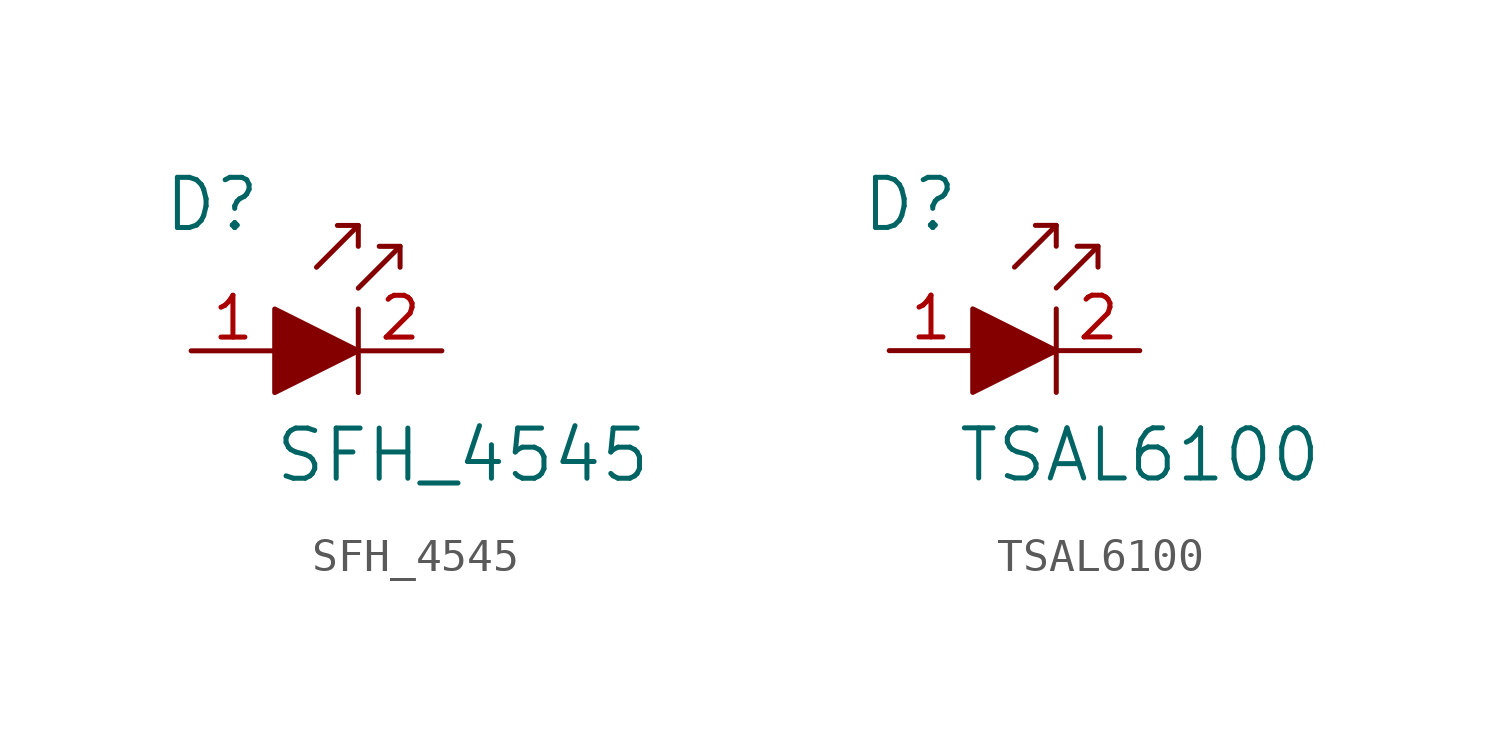
<source format=kicad_sym>
(kicad_symbol_lib
  (version 20211014)
  (generator kicad_symbol_editor)
  (symbol "SFH_4545"
    (pin_names
      (offset 0))
    (property "Reference" "D"
      (at -1.905 4.445 0)
      (effects (font (size 1.524 1.524))))
    (property "Value" "SFH_4545"
      (at 5.715 -3.175 0)
      (effects (font (size 1.524 1.524))))
    (symbol "SFH_4545_0_1"
      (polyline (pts (xy 2.54 1.27) (xy 2.54 -1.27)) (stroke (width 0) (type default) (color 0 0 0 0)) (fill (type none)))
      (polyline (pts (xy 2.54 3.81) (xy 1.27 2.54)) (stroke (width 0) (type default) (color 0 0 0 0)) (fill (type none)))
      (polyline (pts (xy 3.81 3.175) (xy 2.54 1.905)) (stroke (width 0) (type default) (color 0 0 0 0)) (fill (type none)))
      (polyline (pts (xy 1.905 3.81) (xy 2.54 3.81) (xy 2.54 3.175)) (stroke (width 0) (type default) (color 0 0 0 0)) (fill (type none)))
      (polyline (pts (xy 3.175 3.175) (xy 3.81 3.175) (xy 3.81 2.54)) (stroke (width 0) (type default) (color 0 0 0 0)) (fill (type none)))
      (polyline (pts (xy 0 1.27) (xy 0 -1.27) (xy 2.54 0) (xy 0 1.27)) (stroke (width 0) (type default) (color 0 0 0 0)) (fill (type outline))))
    (symbol "SFH_4545_1_1"
      (pin passive line (at -2.54 0 0) (length 2.54) (name "~" (effects (font (size 1.27 1.27)))) (number "1" (effects (font (size 1.27 1.27)))))
      (pin passive line (at 5.08 0 180) (length 2.54) (name "~" (effects (font (size 1.27 1.27)))) (number "2" (effects (font (size 1.27 1.27)))))))
  (symbol "TSAL6100"
    (pin_names
      (offset 0))
    (property "Reference" "D"
      (at -1.905 4.445 0)
      (effects (font (size 1.524 1.524))))
    (property "Value" "TSAL6100"
      (at 5.08 -3.175 0)
      (effects (font (size 1.524 1.524))))
    (symbol "TSAL6100_0_1"
      (polyline (pts (xy 2.54 1.27) (xy 2.54 -1.27)) (stroke (width 0) (type default) (color 0 0 0 0)) (fill (type none)))
      (polyline (pts (xy 2.54 3.81) (xy 1.27 2.54)) (stroke (width 0) (type default) (color 0 0 0 0)) (fill (type none)))
      (polyline (pts (xy 3.81 3.175) (xy 2.54 1.905)) (stroke (width 0) (type default) (color 0 0 0 0)) (fill (type none)))
      (polyline (pts (xy 1.905 3.81) (xy 2.54 3.81) (xy 2.54 3.175)) (stroke (width 0) (type default) (color 0 0 0 0)) (fill (type none)))
      (polyline (pts (xy 3.175 3.175) (xy 3.81 3.175) (xy 3.81 2.54)) (stroke (width 0) (type default) (color 0 0 0 0)) (fill (type none)))
      (polyline (pts (xy 0 1.27) (xy 0 -1.27) (xy 2.54 0) (xy 0 1.27)) (stroke (width 0) (type default) (color 0 0 0 0)) (fill (type outline))))
    (symbol "TSAL6100_1_1"
      (pin passive line (at -2.54 0 0) (length 2.54) (name "~" (effects (font (size 1.27 1.27)))) (number "1" (effects (font (size 1.27 1.27)))))
      (pin passive line (at 5.08 0 180) (length 2.54) (name "~" (effects (font (size 1.27 1.27)))) (number "2" (effects (font (size 1.27 1.27))))))))
</source>
